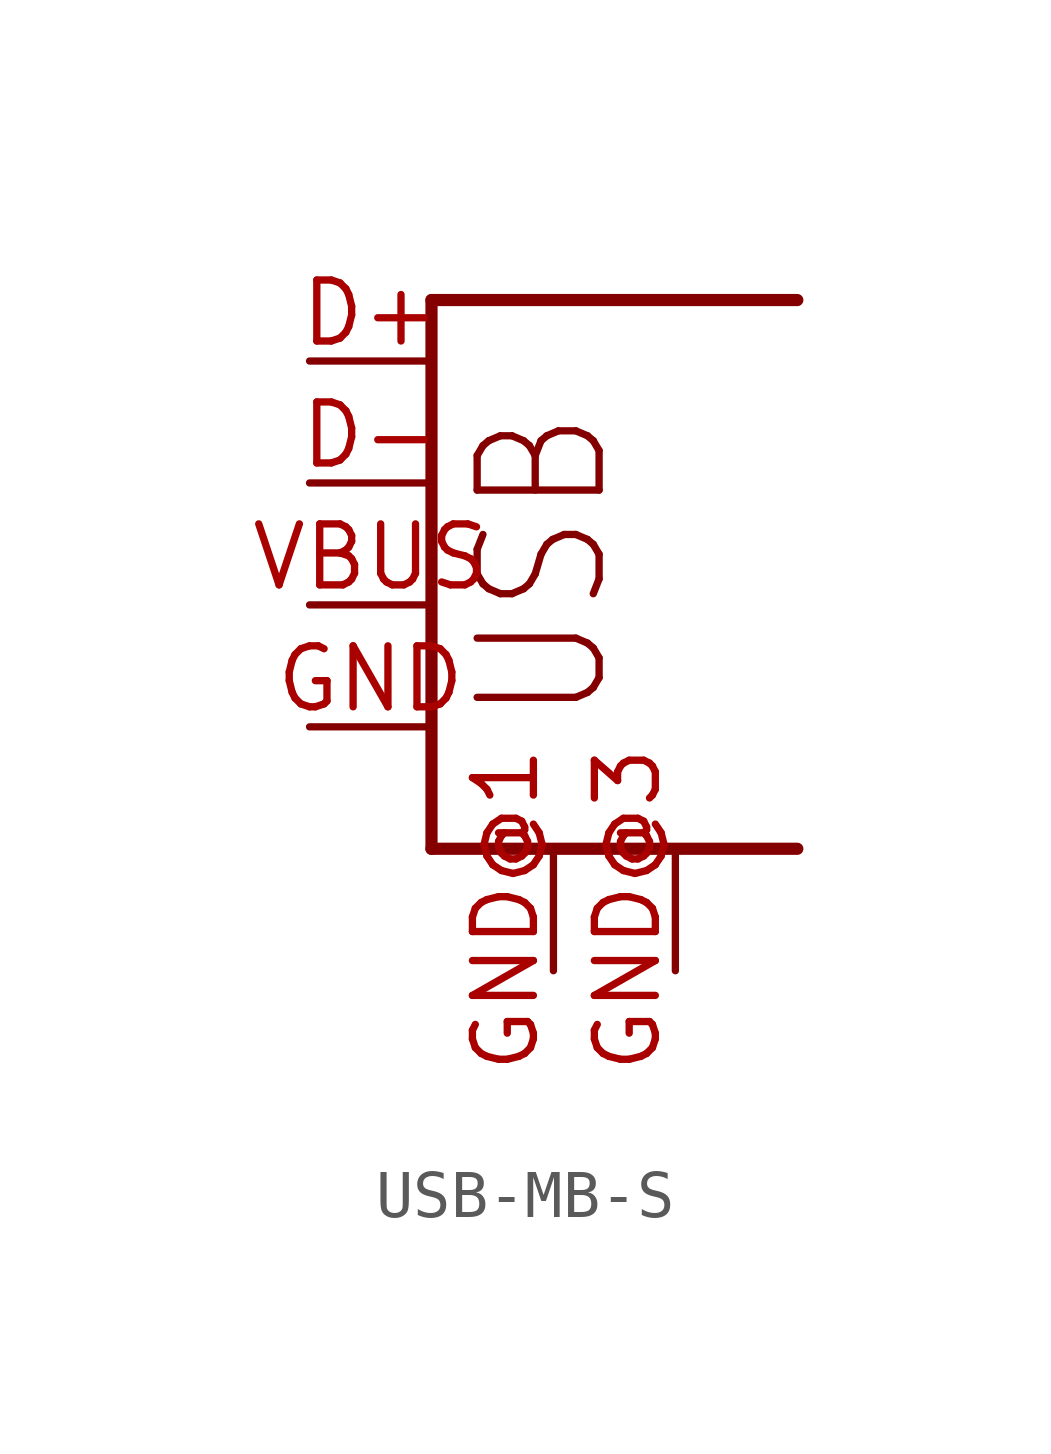
<source format=kicad_sym>
(kicad_symbol_lib
  (version 20231120)
  (generator "kicad_symbol_editor")
  (generator_version "8.0")
  (symbol "USB-MB-S"
    (property "Reference" "USB"
      (at 0 0 0)
      (effects (font (size 1.27 1.27)) (hide yes)))
    (property "ki_locked" ""
      (at 0 0 0)
      (effects (font (size 1.27 1.27))))
    (symbol "USB-MB-S_1_0"
      (polyline (pts (xy 0 -2.54) (xy 7.62 -2.54)) (stroke (width 0.254) (type solid)) (fill (type none)))
      (polyline (pts (xy 0 8.89) (xy 0 -2.54)) (stroke (width 0.254) (type solid)) (fill (type none)))
      (polyline (pts (xy 7.62 8.89) (xy 0 8.89)) (stroke (width 0.254) (type solid)) (fill (type none)))
      (text "USB" (at 3.81 0 900) (effects (font (size 2.54 2.159)) (justify left bottom)))
      (pin bidirectional line (at -2.54 7.62 0) (length 2.54) (name "D+" (effects (font (size 0 0)))) (number "D+" (effects (font (size 1.27 1.27)))))
      (pin bidirectional line (at -2.54 5.08 0) (length 2.54) (name "D-" (effects (font (size 0 0)))) (number "D-" (effects (font (size 1.27 1.27)))))
      (pin bidirectional line (at -2.54 0 0) (length 2.54) (name "GND" (effects (font (size 0 0)))) (number "GND" (effects (font (size 1.27 1.27)))))
      (pin bidirectional line (at 2.54 -5.08 90) (length 2.54) (name "GND@1" (effects (font (size 0 0)))) (number "GND@1" (effects (font (size 1.27 1.27)))))
      (pin bidirectional line (at 5.08 -5.08 90) (length 2.54) (name "GND@2" (effects (font (size 0 0)))) (number "GND@3" (effects (font (size 1.27 1.27)))))
      (pin bidirectional line (at -2.54 2.54 0) (length 2.54) (name "VBUS" (effects (font (size 0 0)))) (number "VBUS" (effects (font (size 1.27 1.27))))))))
</source>
